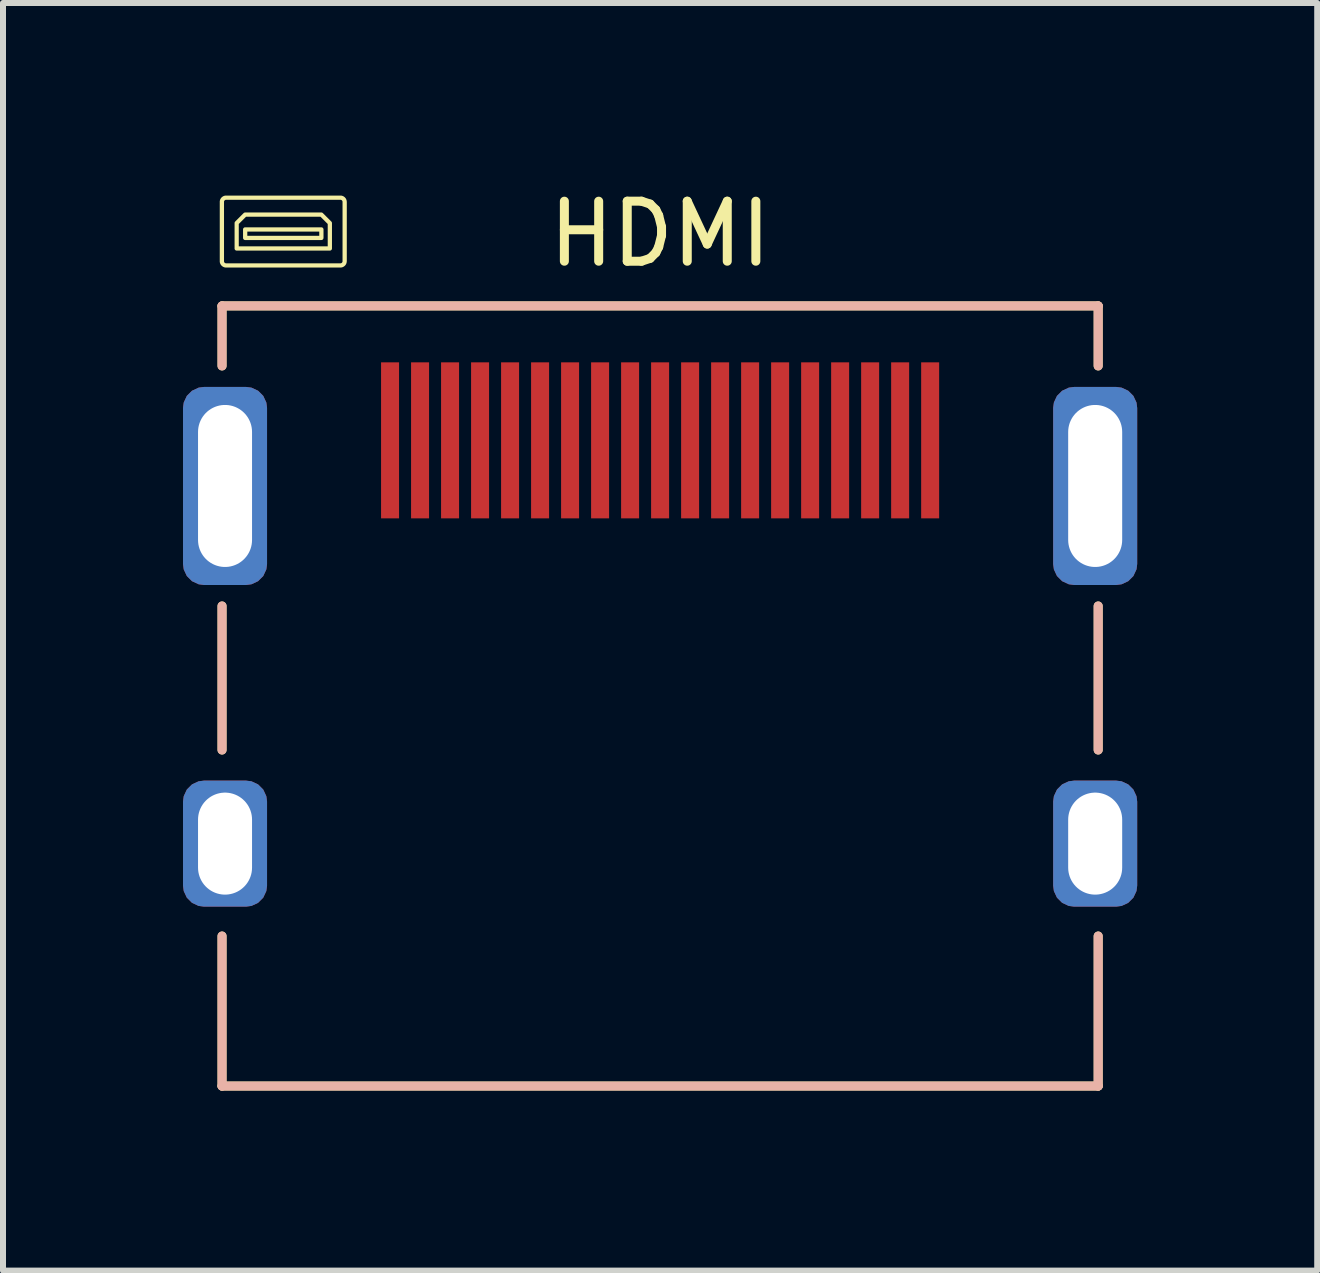
<source format=kicad_pcb>
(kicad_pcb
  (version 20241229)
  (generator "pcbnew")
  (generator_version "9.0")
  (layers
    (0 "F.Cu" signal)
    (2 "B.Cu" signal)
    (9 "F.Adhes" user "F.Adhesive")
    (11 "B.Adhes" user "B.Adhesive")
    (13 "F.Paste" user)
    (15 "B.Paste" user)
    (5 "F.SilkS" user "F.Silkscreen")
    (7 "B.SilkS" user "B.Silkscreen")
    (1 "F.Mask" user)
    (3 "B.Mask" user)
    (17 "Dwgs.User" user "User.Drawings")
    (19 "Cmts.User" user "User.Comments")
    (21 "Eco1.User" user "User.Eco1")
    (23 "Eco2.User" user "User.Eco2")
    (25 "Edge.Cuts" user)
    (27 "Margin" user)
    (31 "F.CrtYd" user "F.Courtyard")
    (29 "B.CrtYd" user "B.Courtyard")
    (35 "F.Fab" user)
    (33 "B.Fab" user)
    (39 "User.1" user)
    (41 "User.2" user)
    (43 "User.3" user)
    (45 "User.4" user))
  (footprint "HDMI"
    (layer "F.Cu")
    (at 7.95 5.048)
    (property "Reference" "HDMI" (at 0 -4.2 180) (layer "F.SilkS") (effects (font (size 1 1) (thickness 0.15))))
    (attr through_hole)
    (fp_line (start -7.3 -3) (end 7.3 -3) (stroke (width 0.15) (type solid)) (layer "F.SilkS"))
    (fp_line (start -7.3 -2) (end -7.3 -3) (stroke (width 0.15) (type solid)) (layer "F.SilkS"))
    (fp_line (start -7.3 2) (end -7.3 4.4) (stroke (width 0.15) (type solid)) (layer "F.SilkS"))
    (fp_line (start -7.3 7.5) (end -7.3 10) (stroke (width 0.15) (type solid)) (layer "F.SilkS"))
    (fp_line (start -7.3 10) (end 7.3 10) (stroke (width 0.15) (type solid)) (layer "F.SilkS"))
    (fp_line (start 7.3 -3) (end 7.3 -2) (stroke (width 0.15) (type solid)) (layer "F.SilkS"))
    (fp_line (start 7.3 2) (end 7.3 4.4) (stroke (width 0.15) (type solid)) (layer "F.SilkS"))
    (fp_line (start 7.3 10) (end 7.3 7.5) (stroke (width 0.15) (type solid)) (layer "F.SilkS"))
    (fp_poly (pts (xy -6.917 -4.098) (xy -6.918 -4.099) (xy -6.92 -4.099) (xy -6.922 -4.099) (xy -6.924 -4.099) (xy -6.925 -4.1) (xy -6.927 -4.1) (xy -6.928 -4.101) (xy -6.93 -4.102) (xy -6.932 -4.103) (xy -6.933 -4.103) (xy -6.934 -4.104) (xy -6.936 -4.105) (xy -6.937 -4.106) (xy -6.938 -4.108) (xy -6.94 -4.109) (xy -6.941 -4.11) (xy -6.942 -4.111) (xy -6.943 -4.113) (xy -6.944 -4.114) (xy -6.945 -4.115) (xy -6.946 -4.117) (xy -6.947 -4.118) (xy -6.947 -4.12) (xy -6.948 -4.122) (xy -6.948 -4.123) (xy -6.949 -4.125) (xy -6.949 -4.127) (xy -6.95 -4.128) (xy -6.95 -4.13) (xy -6.95 -4.132) (xy -6.95 -4.134) (xy -6.95 -4.275) (xy -6.95 -4.277) (xy -6.95 -4.278) (xy -6.95 -4.28) (xy -6.949 -4.282) (xy -6.949 -4.284) (xy -6.948 -4.285) (xy -6.948 -4.287) (xy -6.947 -4.288) (xy -6.947 -4.29) (xy -6.946 -4.292) (xy -6.945 -4.293) (xy -6.944 -4.294) (xy -6.943 -4.296) (xy -6.942 -4.297) (xy -6.941 -4.298) (xy -6.94 -4.3) (xy -6.938 -4.301) (xy -6.937 -4.302) (xy -6.936 -4.303) (xy -6.934 -4.304) (xy -6.933 -4.305) (xy -6.932 -4.306) (xy -6.93 -4.307) (xy -6.928 -4.307) (xy -6.927 -4.308) (xy -6.925 -4.308) (xy -6.924 -4.309) (xy -6.922 -4.309) (xy -6.92 -4.31) (xy -6.918 -4.31) (xy -6.917 -4.31) (xy -6.915 -4.31) (xy -5.645 -4.31) (xy -5.643 -4.31) (xy -5.641 -4.31) (xy -5.639 -4.31) (xy -5.638 -4.309) (xy -5.636 -4.309) (xy -5.634 -4.308) (xy -5.633 -4.308) (xy -5.631 -4.307) (xy -5.629 -4.307) (xy -5.628 -4.306) (xy -5.626 -4.305) (xy -5.625 -4.304) (xy -5.624 -4.303) (xy -5.622 -4.302) (xy -5.621 -4.301) (xy -5.62 -4.3) (xy -5.619 -4.298) (xy -5.617 -4.297) (xy -5.616 -4.296) (xy -5.615 -4.294) (xy -5.615 -4.293) (xy -5.614 -4.292) (xy -5.613 -4.29) (xy -5.612 -4.288) (xy -5.612 -4.287) (xy -5.611 -4.285) (xy -5.611 -4.284) (xy -5.61 -4.282) (xy -5.61 -4.28) (xy -5.61 -4.278) (xy -5.609 -4.277) (xy -5.609 -4.275) (xy -5.609 -4.239) (xy -5.68 -4.239) (xy -6.879 -4.239) (xy -6.879 -4.169) (xy -5.68 -4.169) (xy -5.68 -4.239) (xy -5.609 -4.239) (xy -5.609 -4.134) (xy -5.609 -4.132) (xy -5.61 -4.13) (xy -5.61 -4.128) (xy -5.61 -4.127) (xy -5.611 -4.125) (xy -5.611 -4.123) (xy -5.612 -4.122) (xy -5.612 -4.12) (xy -5.613 -4.118) (xy -5.614 -4.117) (xy -5.615 -4.115) (xy -5.615 -4.114) (xy -5.616 -4.113) (xy -5.617 -4.111) (xy -5.619 -4.11) (xy -5.62 -4.109) (xy -5.621 -4.108) (xy -5.622 -4.106) (xy -5.624 -4.105) (xy -5.625 -4.104) (xy -5.626 -4.103) (xy -5.628 -4.103) (xy -5.629 -4.102) (xy -5.631 -4.101) (xy -5.633 -4.1) (xy -5.634 -4.1) (xy -5.636 -4.099) (xy -5.638 -4.099) (xy -5.639 -4.099) (xy -5.641 -4.099) (xy -5.643 -4.098) (xy -5.645 -4.098) (xy -6.915 -4.098)) (stroke (width -0.000001) (type solid)) (fill yes) (layer "F.SilkS"))
    (fp_poly (pts (xy -7.058 -3.922) (xy -7.059 -3.922) (xy -7.061 -3.922) (xy -7.063 -3.923) (xy -7.065 -3.923) (xy -7.066 -3.924) (xy -7.068 -3.924) (xy -7.07 -3.925) (xy -7.071 -3.925) (xy -7.073 -3.926) (xy -7.074 -3.927) (xy -7.076 -3.928) (xy -7.077 -3.929) (xy -7.078 -3.93) (xy -7.08 -3.931) (xy -7.081 -3.932) (xy -7.082 -3.934) (xy -7.083 -3.935) (xy -7.084 -3.936) (xy -7.085 -3.938) (xy -7.086 -3.939) (xy -7.087 -3.94) (xy -7.088 -3.942) (xy -7.088 -3.944) (xy -7.089 -3.945) (xy -7.09 -3.947) (xy -7.09 -3.948) (xy -7.09 -3.95) (xy -7.091 -3.952) (xy -7.091 -3.954) (xy -7.091 -3.955) (xy -7.091 -3.957) (xy -7.091 -4.381) (xy -7.091 -4.382) (xy -7.091 -4.384) (xy -7.091 -4.386) (xy -7.09 -4.387) (xy -7.09 -4.389) (xy -7.09 -4.391) (xy -7.089 -4.392) (xy -7.088 -4.394) (xy -7.088 -4.396) (xy -7.087 -4.397) (xy -7.086 -4.399) (xy -7.085 -4.4) (xy -7.084 -4.402) (xy -7.083 -4.403) (xy -7.082 -4.404) (xy -7.081 -4.406) (xy -6.94 -4.547) (xy -6.938 -4.548) (xy -6.937 -4.549) (xy -6.936 -4.55) (xy -6.934 -4.551) (xy -6.933 -4.552) (xy -6.931 -4.553) (xy -6.93 -4.554) (xy -6.928 -4.554) (xy -6.927 -4.555) (xy -6.925 -4.555) (xy -6.923 -4.556) (xy -6.922 -4.556) (xy -6.92 -4.557) (xy -6.918 -4.557) (xy -6.916 -4.557) (xy -6.915 -4.557) (xy -5.645 -4.557) (xy -5.643 -4.557) (xy -5.641 -4.557) (xy -5.64 -4.557) (xy -5.638 -4.556) (xy -5.636 -4.556) (xy -5.634 -4.555) (xy -5.633 -4.555) (xy -5.631 -4.554) (xy -5.63 -4.554) (xy -5.628 -4.553) (xy -5.627 -4.552) (xy -5.625 -4.551) (xy -5.624 -4.55) (xy -5.622 -4.549) (xy -5.621 -4.548) (xy -5.62 -4.547) (xy -5.479 -4.406) (xy -5.477 -4.404) (xy -5.476 -4.403) (xy -5.475 -4.402) (xy -5.474 -4.4) (xy -5.473 -4.399) (xy -5.472 -4.397) (xy -5.472 -4.396) (xy -5.471 -4.394) (xy -5.47 -4.392) (xy -5.47 -4.391) (xy -5.469 -4.389) (xy -5.469 -4.387) (xy -5.469 -4.386) (xy -5.469 -4.384) (xy -5.468 -4.382) (xy -5.468 -4.381) (xy -5.468 -4.366) (xy -5.539 -4.366) (xy -5.659 -4.486) (xy -6.9 -4.486) (xy -7.021 -4.366) (xy -7.021 -3.993) (xy -5.539 -3.993) (xy -5.539 -4.366) (xy -5.468 -4.366) (xy -5.468 -3.957) (xy -5.468 -3.955) (xy -5.469 -3.954) (xy -5.469 -3.952) (xy -5.469 -3.95) (xy -5.469 -3.948) (xy -5.47 -3.947) (xy -5.47 -3.945) (xy -5.471 -3.944) (xy -5.472 -3.942) (xy -5.473 -3.94) (xy -5.473 -3.939) (xy -5.474 -3.938) (xy -5.475 -3.936) (xy -5.476 -3.935) (xy -5.477 -3.934) (xy -5.479 -3.932) (xy -5.48 -3.931) (xy -5.481 -3.93) (xy -5.483 -3.929) (xy -5.484 -3.928) (xy -5.485 -3.927) (xy -5.487 -3.926) (xy -5.488 -3.925) (xy -5.49 -3.925) (xy -5.491 -3.924) (xy -5.493 -3.924) (xy -5.495 -3.923) (xy -5.497 -3.923) (xy -5.498 -3.922) (xy -5.5 -3.922) (xy -5.502 -3.922) (xy -5.504 -3.922) (xy -7.056 -3.922)) (stroke (width -0.000001) (type solid)) (fill yes) (layer "F.SilkS"))
    (fp_poly (pts (xy -7.238 -3.64) (xy -7.243 -3.64) (xy -7.248 -3.641) (xy -7.254 -3.642) (xy -7.259 -3.643) (xy -7.264 -3.644) (xy -7.269 -3.646) (xy -7.273 -3.648) (xy -7.278 -3.65) (xy -7.283 -3.653) (xy -7.287 -3.655) (xy -7.291 -3.658) (xy -7.296 -3.661) (xy -7.3 -3.664) (xy -7.303 -3.667) (xy -7.307 -3.671) (xy -7.311 -3.674) (xy -7.314 -3.678) (xy -7.317 -3.682) (xy -7.32 -3.686) (xy -7.323 -3.691) (xy -7.325 -3.695) (xy -7.328 -3.7) (xy -7.33 -3.704) (xy -7.332 -3.709) (xy -7.333 -3.714) (xy -7.335 -3.719) (xy -7.336 -3.724) (xy -7.337 -3.729) (xy -7.338 -3.735) (xy -7.338 -3.74) (xy -7.338 -3.746) (xy -7.338 -4.733) (xy -7.338 -4.739) (xy -7.338 -4.744) (xy -7.337 -4.749) (xy -7.336 -4.755) (xy -7.335 -4.76) (xy -7.333 -4.765) (xy -7.332 -4.77) (xy -7.33 -4.775) (xy -7.328 -4.779) (xy -7.325 -4.784) (xy -7.323 -4.788) (xy -7.32 -4.793) (xy -7.317 -4.797) (xy -7.314 -4.801) (xy -7.311 -4.804) (xy -7.307 -4.808) (xy -7.303 -4.812) (xy -7.3 -4.815) (xy -7.296 -4.818) (xy -7.291 -4.821) (xy -7.287 -4.824) (xy -7.283 -4.826) (xy -7.278 -4.829) (xy -7.273 -4.831) (xy -7.269 -4.833) (xy -7.264 -4.834) (xy -7.259 -4.836) (xy -7.254 -4.837) (xy -7.248 -4.838) (xy -7.243 -4.839) (xy -7.238 -4.839) (xy -7.232 -4.839) (xy -5.327 -4.839) (xy -5.322 -4.839) (xy -5.316 -4.839) (xy -5.311 -4.838) (xy -5.306 -4.837) (xy -5.301 -4.836) (xy -5.296 -4.834) (xy -5.291 -4.833) (xy -5.286 -4.831) (xy -5.281 -4.829) (xy -5.277 -4.826) (xy -5.272 -4.824) (xy -5.268 -4.821) (xy -5.264 -4.818) (xy -5.26 -4.815) (xy -5.256 -4.812) (xy -5.252 -4.808) (xy -5.249 -4.804) (xy -5.246 -4.801) (xy -5.242 -4.797) (xy -5.239 -4.793) (xy -5.237 -4.788) (xy -5.234 -4.784) (xy -5.232 -4.779) (xy -5.23 -4.775) (xy -5.228 -4.77) (xy -5.226 -4.765) (xy -5.225 -4.76) (xy -5.224 -4.755) (xy -5.223 -4.749) (xy -5.222 -4.744) (xy -5.222 -4.739) (xy -5.221 -4.733) (xy -5.221 -3.746) (xy -5.292 -3.746) (xy -5.292 -4.733) (xy -5.292 -4.735) (xy -5.292 -4.737) (xy -5.292 -4.739) (xy -5.293 -4.74) (xy -5.293 -4.742) (xy -5.294 -4.744) (xy -5.294 -4.745) (xy -5.295 -4.747) (xy -5.295 -4.749) (xy -5.296 -4.75) (xy -5.297 -4.752) (xy -5.298 -4.753) (xy -5.299 -4.754) (xy -5.3 -4.756) (xy -5.301 -4.757) (xy -5.302 -4.758) (xy -5.304 -4.759) (xy -5.305 -4.761) (xy -5.306 -4.762) (xy -5.308 -4.763) (xy -5.309 -4.764) (xy -5.31 -4.764) (xy -5.312 -4.765) (xy -5.313 -4.766) (xy -5.315 -4.766) (xy -5.317 -4.767) (xy -5.318 -4.768) (xy -5.32 -4.768) (xy -5.322 -4.768) (xy -5.324 -4.768) (xy -5.325 -4.769) (xy -5.327 -4.769) (xy -7.232 -4.769) (xy -7.234 -4.769) (xy -7.236 -4.768) (xy -7.238 -4.768) (xy -7.239 -4.768) (xy -7.241 -4.768) (xy -7.243 -4.767) (xy -7.244 -4.766) (xy -7.246 -4.766) (xy -7.248 -4.765) (xy -7.249 -4.764) (xy -7.251 -4.764) (xy -7.252 -4.763) (xy -7.253 -4.762) (xy -7.255 -4.761) (xy -7.256 -4.759) (xy -7.257 -4.758) (xy -7.258 -4.757) (xy -7.259 -4.756) (xy -7.26 -4.754) (xy -7.261 -4.753) (xy -7.262 -4.752) (xy -7.263 -4.75) (xy -7.264 -4.749) (xy -7.265 -4.747) (xy -7.265 -4.745) (xy -7.266 -4.744) (xy -7.266 -4.742) (xy -7.267 -4.74) (xy -7.267 -4.739) (xy -7.267 -4.737) (xy -7.267 -4.735) (xy -7.267 -4.733) (xy -7.267 -3.746) (xy -7.267 -3.744) (xy -7.267 -3.742) (xy -7.267 -3.74) (xy -7.267 -3.738) (xy -7.266 -3.737) (xy -7.266 -3.735) (xy -7.265 -3.733) (xy -7.265 -3.732) (xy -7.264 -3.73) (xy -7.263 -3.729) (xy -7.262 -3.727) (xy -7.261 -3.726) (xy -7.26 -3.724) (xy -7.259 -3.723) (xy -7.258 -3.722) (xy -7.257 -3.721) (xy -7.256 -3.719) (xy -7.255 -3.718) (xy -7.253 -3.717) (xy -7.252 -3.716) (xy -7.251 -3.715) (xy -7.249 -3.715) (xy -7.248 -3.714) (xy -7.246 -3.713) (xy -7.244 -3.712) (xy -7.243 -3.712) (xy -7.241 -3.711) (xy -7.239 -3.711) (xy -7.238 -3.711) (xy -7.236 -3.71) (xy -7.234 -3.71) (xy -7.232 -3.71) (xy -5.327 -3.71) (xy -5.325 -3.71) (xy -5.324 -3.71) (xy -5.322 -3.711) (xy -5.32 -3.711) (xy -5.318 -3.711) (xy -5.317 -3.712) (xy -5.315 -3.712) (xy -5.313 -3.713) (xy -5.312 -3.714) (xy -5.31 -3.715) (xy -5.309 -3.715) (xy -5.308 -3.716) (xy -5.306 -3.717) (xy -5.305 -3.718) (xy -5.304 -3.719) (xy -5.302 -3.721) (xy -5.301 -3.722) (xy -5.3 -3.723) (xy -5.299 -3.724) (xy -5.298 -3.726) (xy -5.297 -3.727) (xy -5.296 -3.729) (xy -5.295 -3.73) (xy -5.295 -3.732) (xy -5.294 -3.733) (xy -5.294 -3.735) (xy -5.293 -3.737) (xy -5.293 -3.738) (xy -5.292 -3.74) (xy -5.292 -3.742) (xy -5.292 -3.744) (xy -5.292 -3.746) (xy -5.221 -3.746) (xy -5.222 -3.74) (xy -5.222 -3.735) (xy -5.223 -3.729) (xy -5.224 -3.724) (xy -5.225 -3.719) (xy -5.226 -3.714) (xy -5.228 -3.709) (xy -5.23 -3.704) (xy -5.232 -3.7) (xy -5.234 -3.695) (xy -5.237 -3.691) (xy -5.239 -3.686) (xy -5.242 -3.682) (xy -5.246 -3.678) (xy -5.249 -3.674) (xy -5.252 -3.671) (xy -5.256 -3.667) (xy -5.26 -3.664) (xy -5.264 -3.661) (xy -5.268 -3.658) (xy -5.272 -3.655) (xy -5.277 -3.653) (xy -5.281 -3.65) (xy -5.286 -3.648) (xy -5.291 -3.646) (xy -5.296 -3.644) (xy -5.301 -3.643) (xy -5.306 -3.642) (xy -5.311 -3.641) (xy -5.316 -3.64) (xy -5.322 -3.64) (xy -5.327 -3.64) (xy -7.232 -3.64)) (stroke (width -0.000001) (type solid)) (fill yes) (layer "F.SilkS"))
    (fp_line (start -7.3 -3) (end 7.3 -3) (stroke (width 0.15) (type solid)) (layer "B.SilkS"))
    (fp_line (start -7.3 -2) (end -7.3 -3) (stroke (width 0.15) (type solid)) (layer "B.SilkS"))
    (fp_line (start -7.3 2) (end -7.3 4.4) (stroke (width 0.15) (type solid)) (layer "B.SilkS"))
    (fp_line (start -7.3 7.5) (end -7.3 10) (stroke (width 0.15) (type solid)) (layer "B.SilkS"))
    (fp_line (start -7.3 10) (end 7.3 10) (stroke (width 0.15) (type solid)) (layer "B.SilkS"))
    (fp_line (start 7.3 -3) (end 7.3 -2) (stroke (width 0.15) (type solid)) (layer "B.SilkS"))
    (fp_line (start 7.3 2) (end 7.3 4.4) (stroke (width 0.15) (type solid)) (layer "B.SilkS"))
    (fp_line (start 7.3 10) (end 7.3 7.5) (stroke (width 0.15) (type solid)) (layer "B.SilkS"))
    (pad "1" smd rect (at 4.5 -0.76) (size 0.3 2.6) (layers "F.Cu" "F.Mask" "F.Paste"))
    (pad "2" smd rect (at 4 -0.76) (size 0.3 2.6) (layers "F.Cu" "F.Mask" "F.Paste"))
    (pad "3" smd rect (at 3.5 -0.76) (size 0.3 2.6) (layers "F.Cu" "F.Mask" "F.Paste"))
    (pad "4" smd rect (at 3 -0.76) (size 0.3 2.6) (layers "F.Cu" "F.Mask" "F.Paste"))
    (pad "5" smd rect (at 2.5 -0.76) (size 0.3 2.6) (layers "F.Cu" "F.Mask" "F.Paste"))
    (pad "6" smd rect (at 2 -0.76) (size 0.3 2.6) (layers "F.Cu" "F.Mask" "F.Paste"))
    (pad "7" smd rect (at 1.5 -0.76) (size 0.3 2.6) (layers "F.Cu" "F.Mask" "F.Paste"))
    (pad "8" smd rect (at 1 -0.76) (size 0.3 2.6) (layers "F.Cu" "F.Mask" "F.Paste"))
    (pad "9" smd rect (at 0.5 -0.76) (size 0.3 2.6) (layers "F.Cu" "F.Mask" "F.Paste"))
    (pad "10" smd rect (at 0 -0.76) (size 0.3 2.6) (layers "F.Cu" "F.Mask" "F.Paste"))
    (pad "11" smd rect (at -0.5 -0.76) (size 0.3 2.6) (layers "F.Cu" "F.Mask" "F.Paste"))
    (pad "12" smd rect (at -1 -0.76) (size 0.3 2.6) (layers "F.Cu" "F.Mask" "F.Paste"))
    (pad "13" smd rect (at -1.5 -0.76) (size 0.3 2.6) (layers "F.Cu" "F.Mask" "F.Paste"))
    (pad "14" smd rect (at -2 -0.76) (size 0.3 2.6) (layers "F.Cu" "F.Mask" "F.Paste"))
    (pad "15" smd rect (at -2.5 -0.76) (size 0.3 2.6) (layers "F.Cu" "F.Mask" "F.Paste"))
    (pad "16" smd rect (at -3 -0.76) (size 0.3 2.6) (layers "F.Cu" "F.Mask" "F.Paste"))
    (pad "17" smd rect (at -3.5 -0.76) (size 0.3 2.6) (layers "F.Cu" "F.Mask" "F.Paste"))
    (pad "18" smd rect (at -4 -0.76) (size 0.3 2.6) (layers "F.Cu" "F.Mask" "F.Paste"))
    (pad "19" smd rect (at -4.5 -0.76) (size 0.3 2.6) (layers "F.Cu" "F.Mask" "F.Paste"))
    (pad "20" thru_hole roundrect (at -7.25 0) (size 1.4 3.3) (drill oval 0.9 2.7) (layers "*.Cu" "*.Mask") (roundrect_rratio 0.25))
    (pad "21" thru_hole roundrect (at -7.25 5.96) (size 1.4 2.1) (drill oval 0.9 1.7) (layers "*.Cu" "*.Mask") (roundrect_rratio 0.25))
    (pad "22" thru_hole roundrect (at 7.25 5.96) (size 1.4 2.1) (drill oval 0.9 1.7) (layers "*.Cu" "*.Mask") (roundrect_rratio 0.25))
    (pad "23" thru_hole roundrect (at 7.25 0) (size 1.4 3.3) (drill oval 0.9 2.7) (layers "*.Cu" "*.Mask") (roundrect_rratio 0.25)))
  (gr_rect
    (start -3 -3)
    (end 18.9 18.123)
    (stroke (width 0.1) (type default))
    (fill no)
    (layer "Edge.Cuts")))
</source>
